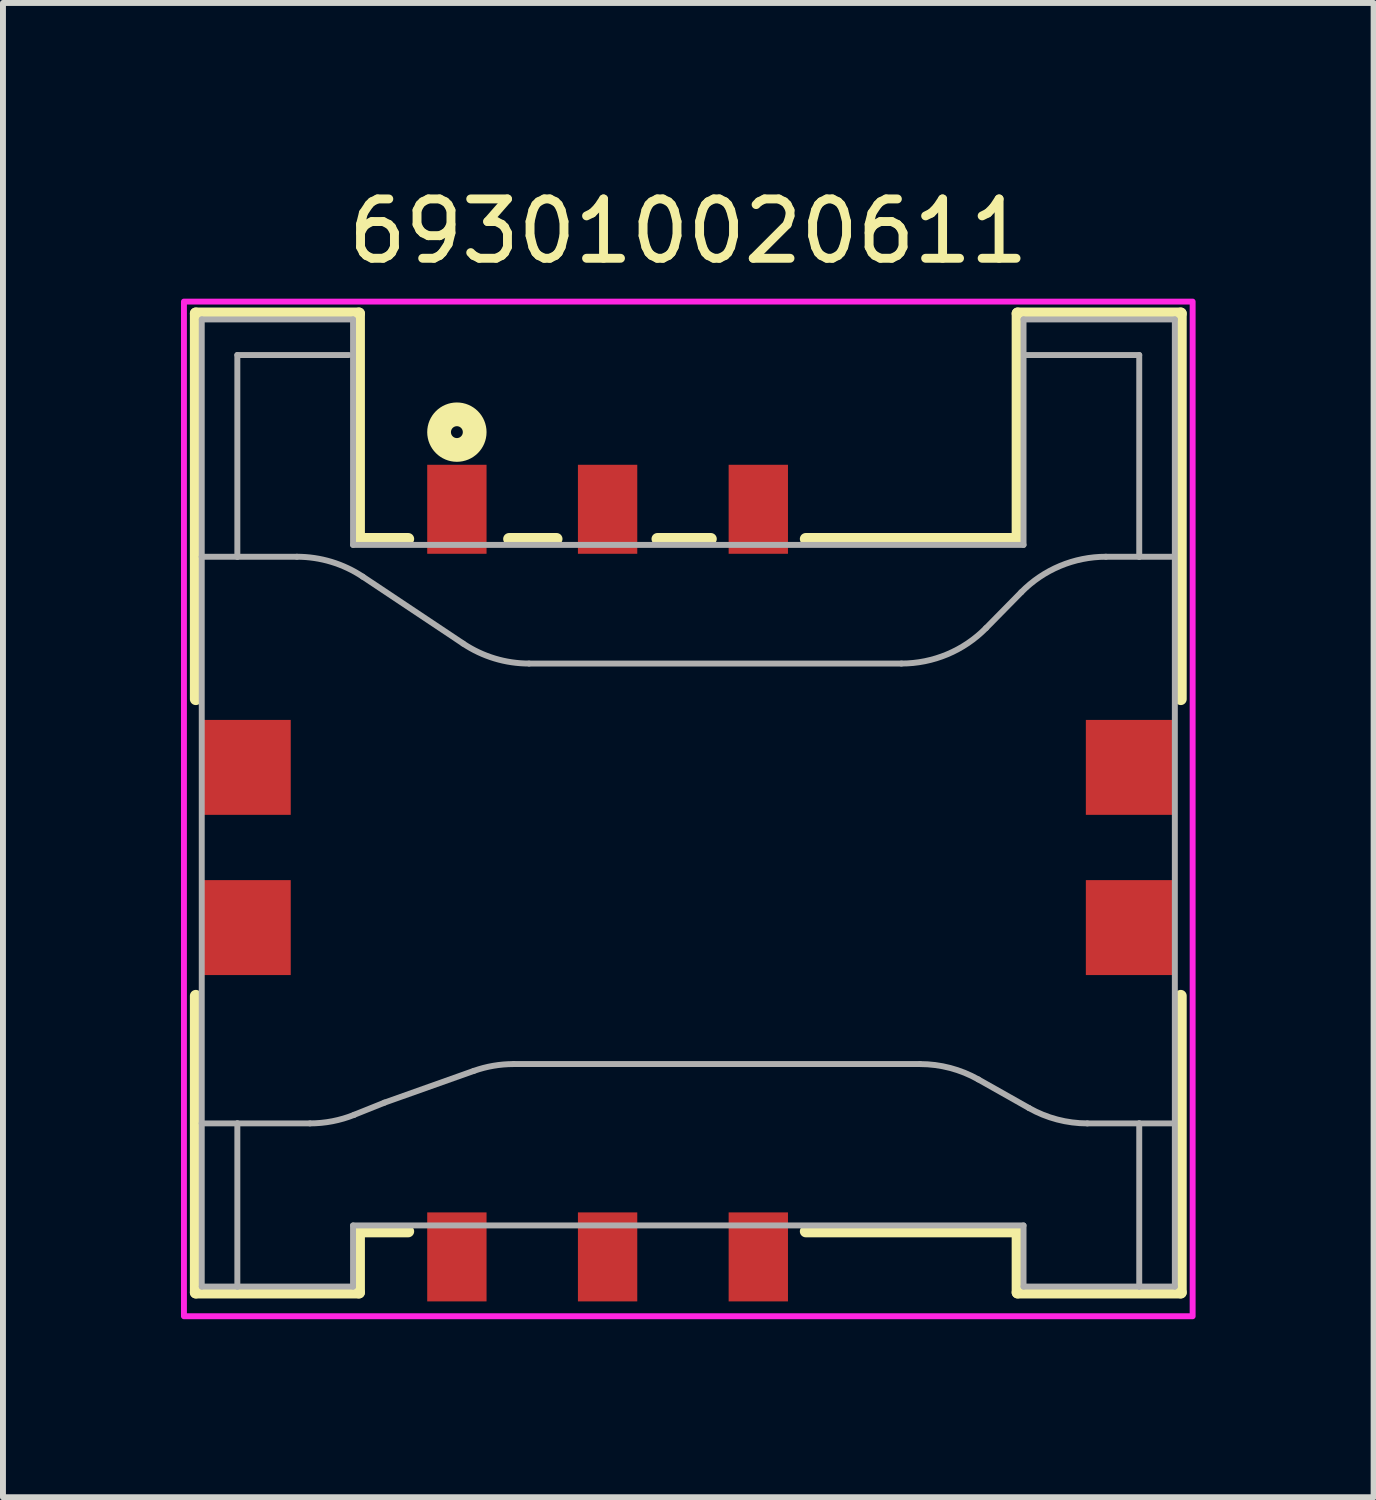
<source format=kicad_pcb>
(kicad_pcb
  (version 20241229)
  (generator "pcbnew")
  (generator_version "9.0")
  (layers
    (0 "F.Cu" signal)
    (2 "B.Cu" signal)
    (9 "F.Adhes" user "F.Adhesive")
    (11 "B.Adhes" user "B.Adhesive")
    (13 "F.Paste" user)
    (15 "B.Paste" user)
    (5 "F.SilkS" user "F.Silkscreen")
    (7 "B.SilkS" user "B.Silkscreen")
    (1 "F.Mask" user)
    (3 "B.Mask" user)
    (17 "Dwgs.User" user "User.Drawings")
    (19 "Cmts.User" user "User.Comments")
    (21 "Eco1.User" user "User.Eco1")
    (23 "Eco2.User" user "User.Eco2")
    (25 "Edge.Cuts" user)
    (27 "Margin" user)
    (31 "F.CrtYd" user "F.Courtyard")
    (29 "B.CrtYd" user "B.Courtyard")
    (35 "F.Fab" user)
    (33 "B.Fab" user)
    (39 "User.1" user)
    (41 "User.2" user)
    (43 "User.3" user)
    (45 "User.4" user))
  (footprint "693010020611"
    (layer "F.Cu")
    (at 8.55 10.483)
    (property "Reference" "693010020611" (at 0 -9.635 0) (layer "F.SilkS") (effects (font (size 1 1) (thickness 0.15))))
    (attr smd)
    (fp_line (start -8.3 -8.25) (end -8.3 -1.75) (stroke (width 0.2) (type solid)) (layer "F.SilkS"))
    (fp_line (start -8.3 3.25) (end -8.3 8.25) (stroke (width 0.2) (type solid)) (layer "F.SilkS"))
    (fp_line (start -8.3 8.25) (end -5.55 8.25) (stroke (width 0.2) (type solid)) (layer "F.SilkS"))
    (fp_line (start -5.55 -8.25) (end -8.3 -8.25) (stroke (width 0.2) (type solid)) (layer "F.SilkS"))
    (fp_line (start -5.55 -4.45) (end -5.55 -8.25) (stroke (width 0.2) (type solid)) (layer "F.SilkS"))
    (fp_line (start -5.55 7.22) (end -4.72 7.22) (stroke (width 0.2) (type solid)) (layer "F.SilkS"))
    (fp_line (start -5.55 8.25) (end -5.55 7.22) (stroke (width 0.2) (type solid)) (layer "F.SilkS"))
    (fp_line (start -4.72 -4.45) (end -5.55 -4.45) (stroke (width 0.2) (type solid)) (layer "F.SilkS"))
    (fp_line (start -3.02 -4.45) (end -2.22 -4.45) (stroke (width 0.2) (type solid)) (layer "F.SilkS"))
    (fp_line (start -0.52 -4.45) (end 0.38 -4.45) (stroke (width 0.2) (type solid)) (layer "F.SilkS"))
    (fp_line (start 1.98 -4.45) (end 5.55 -4.45) (stroke (width 0.2) (type solid)) (layer "F.SilkS"))
    (fp_line (start 1.98 7.22) (end 5.55 7.22) (stroke (width 0.2) (type solid)) (layer "F.SilkS"))
    (fp_line (start 5.55 -8.25) (end 8.3 -8.25) (stroke (width 0.2) (type solid)) (layer "F.SilkS"))
    (fp_line (start 5.55 -4.45) (end 5.55 -8.25) (stroke (width 0.2) (type solid)) (layer "F.SilkS"))
    (fp_line (start 5.55 7.22) (end 5.55 8.25) (stroke (width 0.2) (type solid)) (layer "F.SilkS"))
    (fp_line (start 5.55 8.25) (end 8.3 8.25) (stroke (width 0.2) (type solid)) (layer "F.SilkS"))
    (fp_line (start 8.3 -8.25) (end 8.3 -1.75) (stroke (width 0.2) (type solid)) (layer "F.SilkS"))
    (fp_line (start 8.3 8.25) (end 8.3 3.25) (stroke (width 0.2) (type solid)) (layer "F.SilkS"))
    (fp_circle (center -3.9 -6.25) (end -3.8 -6.25) (stroke (width 0.4) (type solid)) (fill no) (layer "F.SilkS"))
    (fp_poly (pts (xy 8.5 8.65) (xy -8.5 8.65) (xy -8.5 -8.45) (xy 8.5 -8.45)) (stroke (width 0.1) (type solid)) (fill no) (layer "F.CrtYd"))
    (fp_line (start -8.2 -8.15) (end -8.2 -4.15) (stroke (width 0.1) (type solid)) (layer "F.Fab"))
    (fp_line (start -8.2 -8.15) (end -5.65 -8.15) (stroke (width 0.1) (type solid)) (layer "F.Fab"))
    (fp_line (start -8.2 -4.15) (end -8.2 5.4) (stroke (width 0.1) (type solid)) (layer "F.Fab"))
    (fp_line (start -8.2 -4.15) (end -7.6 -4.15) (stroke (width 0.1) (type solid)) (layer "F.Fab"))
    (fp_line (start -8.2 5.4) (end -8.2 8.15) (stroke (width 0.1) (type solid)) (layer "F.Fab"))
    (fp_line (start -8.2 5.4) (end -7.6 5.4) (stroke (width 0.1) (type solid)) (layer "F.Fab"))
    (fp_line (start -8.2 8.15) (end -7.6 8.15) (stroke (width 0.1) (type solid)) (layer "F.Fab"))
    (fp_line (start -7.6 -7.55) (end -7.6 -4.15) (stroke (width 0.1) (type solid)) (layer "F.Fab"))
    (fp_line (start -7.6 -4.15) (end -6.596 -4.15) (stroke (width 0.1) (type solid)) (layer "F.Fab"))
    (fp_line (start -7.6 5.4) (end -7.6 8.15) (stroke (width 0.1) (type solid)) (layer "F.Fab"))
    (fp_line (start -7.6 5.4) (end -6.377 5.4) (stroke (width 0.1) (type solid)) (layer "F.Fab"))
    (fp_line (start -7.6 8.15) (end -5.65 8.15) (stroke (width 0.1) (type solid)) (layer "F.Fab"))
    (fp_line (start -5.72 -7.55) (end -7.6 -7.55) (stroke (width 0.1) (type solid)) (layer "F.Fab"))
    (fp_line (start -5.65 -8.15) (end -5.65 -4.35) (stroke (width 0.1) (type solid)) (layer "F.Fab"))
    (fp_line (start -5.65 -4.35) (end 5.65 -4.35) (stroke (width 0.1) (type solid)) (layer "F.Fab"))
    (fp_line (start -5.65 7.12) (end -5.65 8.15) (stroke (width 0.1) (type solid)) (layer "F.Fab"))
    (fp_line (start -5.631 5.255) (end -5.12 5.05) (stroke (width 0.1) (type solid)) (layer "F.Fab"))
    (fp_line (start -5.486 -3.814) (end -3.794 -2.686) (stroke (width 0.1) (type solid)) (layer "F.Fab"))
    (fp_line (start -5.12 5.05) (end -3.615 4.515) (stroke (width 0.1) (type solid)) (layer "F.Fab"))
    (fp_line (start -2.945 4.4) (end 3.904 4.4) (stroke (width 0.1) (type solid)) (layer "F.Fab"))
    (fp_line (start -2.684 -2.35) (end 3.592 -2.35) (stroke (width 0.1) (type solid)) (layer "F.Fab"))
    (fp_line (start 4.888 4.659) (end 5.742 5.141) (stroke (width 0.1) (type solid)) (layer "F.Fab"))
    (fp_line (start 5.018 -2.948) (end 5.612 -3.552) (stroke (width 0.1) (type solid)) (layer "F.Fab"))
    (fp_line (start 5.65 -4.35) (end 5.65 -8.15) (stroke (width 0.1) (type solid)) (layer "F.Fab"))
    (fp_line (start 5.65 7.12) (end -5.65 7.12) (stroke (width 0.1) (type solid)) (layer "F.Fab"))
    (fp_line (start 5.65 8.15) (end 5.65 7.12) (stroke (width 0.1) (type solid)) (layer "F.Fab"))
    (fp_line (start 5.68 -7.55) (end 7.6 -7.55) (stroke (width 0.1) (type solid)) (layer "F.Fab"))
    (fp_line (start 6.726 5.4) (end 7.6 5.4) (stroke (width 0.1) (type solid)) (layer "F.Fab"))
    (fp_line (start 7.038 -4.15) (end 7.6 -4.15) (stroke (width 0.1) (type solid)) (layer "F.Fab"))
    (fp_line (start 7.6 -7.55) (end 7.6 -4.15) (stroke (width 0.1) (type solid)) (layer "F.Fab"))
    (fp_line (start 7.6 -4.15) (end 8.18 -4.15) (stroke (width 0.1) (type solid)) (layer "F.Fab"))
    (fp_line (start 7.6 5.4) (end 7.6 8.15) (stroke (width 0.1) (type solid)) (layer "F.Fab"))
    (fp_line (start 7.6 5.4) (end 8.18 5.4) (stroke (width 0.1) (type solid)) (layer "F.Fab"))
    (fp_line (start 7.6 8.15) (end 5.65 8.15) (stroke (width 0.1) (type solid)) (layer "F.Fab"))
    (fp_line (start 8.2 -8.15) (end 5.65 -8.15) (stroke (width 0.1) (type solid)) (layer "F.Fab"))
    (fp_line (start 8.2 8.15) (end 7.6 8.15) (stroke (width 0.1) (type solid)) (layer "F.Fab"))
    (fp_line (start 8.2 8.15) (end 8.2 -8.15) (stroke (width 0.1) (type solid)) (layer "F.Fab"))
    (fp_arc (start -6.59555 -4.15) (mid -6.015982 -4.064184) (end -5.48615 -3.8141) (stroke (width 0.1) (type solid)) (layer "F.Fab"))
    (fp_arc (start -5.63076 5.25548) (mid -5.997059 5.363538) (end -6.37722 5.4) (stroke (width 0.1) (type solid)) (layer "F.Fab"))
    (fp_arc (start -3.61477 4.51535) (mid -3.284998 4.429047) (end -2.94536 4.4) (stroke (width 0.1) (type solid)) (layer "F.Fab"))
    (fp_arc (start -2.68445 -2.35) (mid -3.264018 -2.435816) (end -3.79385 -2.6859) (stroke (width 0.1) (type solid)) (layer "F.Fab"))
    (fp_arc (start 3.90409 4.4) (mid 4.412707 4.465753) (end 4.88788 4.65869) (stroke (width 0.1) (type solid)) (layer "F.Fab"))
    (fp_arc (start 5.01776 -2.94772) (mid 4.364835 -2.505472) (end 3.59171 -2.35) (stroke (width 0.1) (type solid)) (layer "F.Fab"))
    (fp_arc (start 5.61224 -3.55228) (mid 6.265165 -3.994527) (end 7.03829 -4.15) (stroke (width 0.1) (type solid)) (layer "F.Fab"))
    (fp_arc (start 6.72591 5.4) (mid 6.217293 5.334247) (end 5.74212 5.14131) (stroke (width 0.1) (type solid)) (layer "F.Fab"))
    (pad "1" smd rect (at -3.9 -4.95) (size 1 1.5) (layers "F.Cu" "F.Mask" "F.Paste"))
    (pad "2" smd rect (at -1.36 -4.95) (size 1 1.5) (layers "F.Cu" "F.Mask" "F.Paste"))
    (pad "3" smd rect (at 1.18 -4.95) (size 1 1.5) (layers "F.Cu" "F.Mask" "F.Paste"))
    (pad "5" smd rect (at -3.9 7.65) (size 1 1.5) (layers "F.Cu" "F.Mask" "F.Paste"))
    (pad "6" smd rect (at -1.36 7.65) (size 1 1.5) (layers "F.Cu" "F.Mask" "F.Paste"))
    (pad "7" smd rect (at 1.18 7.65) (size 1 1.5) (layers "F.Cu" "F.Mask" "F.Paste"))
    (pad "S1" smd rect (at 7.45 2.1) (size 1.5 1.6) (layers "F.Cu" "F.Mask" "F.Paste"))
    (pad "S2" smd rect (at 7.45 -0.6) (size 1.5 1.6) (layers "F.Cu" "F.Mask" "F.Paste"))
    (pad "S3" smd rect (at -7.45 2.1) (size 1.5 1.6) (layers "F.Cu" "F.Mask" "F.Paste"))
    (pad "S4" smd rect (at -7.45 -0.6) (size 1.5 1.6) (layers "F.Cu" "F.Mask" "F.Paste"))
    (zone (net_name "") (layers "F.Cu" "B.Cu") (hatch full 0.508) (connect_pads) (min_thickness 0.01) (filled_areas_thickness no) (keepout (tracks allowed) (vias not_allowed) (pads allowed) (copperpour allowed) (footprints allowed)) (placement (enabled no)) (fill) (polygon (pts (xy 4.15 6.833) (xy 5.15 6.833) (xy 5.15 8.033) (xy 4.15 8.033))))
    (zone (net_name "") (layers "F.Cu" "B.Cu") (hatch full 0.508) (connect_pads) (min_thickness 0.01) (filled_areas_thickness no) (keepout (tracks allowed) (vias not_allowed) (pads allowed) (copperpour allowed) (footprints allowed)) (placement (enabled no)) (fill) (polygon (pts (xy 4.15 15.633) (xy 5.15 15.633) (xy 5.15 16.833) (xy 4.15 16.833))))
    (zone (net_name "") (layers "F.Cu" "B.Cu") (hatch full 0.508) (connect_pads) (min_thickness 0.01) (filled_areas_thickness no) (keepout (tracks allowed) (vias not_allowed) (pads allowed) (copperpour allowed) (footprints allowed)) (placement (enabled no)) (fill) (polygon (pts (xy 4.15 15.633) (xy 5.15 15.633) (xy 5.15 16.833) (xy 4.15 16.833))))
    (zone (net_name "") (layers "F.Cu" "B.Cu") (hatch full 0.508) (connect_pads) (min_thickness 0.01) (filled_areas_thickness no) (keepout (tracks allowed) (vias not_allowed) (pads allowed) (copperpour allowed) (footprints allowed)) (placement (enabled no)) (fill) (polygon (pts (xy 4.15 15.633) (xy 5.15 15.633) (xy 5.15 16.833) (xy 4.15 16.833))))
    (zone (net_name "") (layers "F.Cu" "B.Cu") (hatch full 0.508) (connect_pads) (min_thickness 0.01) (filled_areas_thickness no) (keepout (tracks allowed) (vias not_allowed) (pads allowed) (copperpour allowed) (footprints allowed)) (placement (enabled no)) (fill) (polygon (pts (xy 6.69 6.833) (xy 7.69 6.833) (xy 7.69 8.033) (xy 6.69 8.033))))
    (zone (net_name "") (layers "F.Cu" "B.Cu") (hatch full 0.508) (connect_pads) (min_thickness 0.01) (filled_areas_thickness no) (keepout (tracks allowed) (vias not_allowed) (pads allowed) (copperpour allowed) (footprints allowed)) (placement (enabled no)) (fill) (polygon (pts (xy 6.69 15.633) (xy 7.69 15.633) (xy 7.69 16.833) (xy 6.69 16.833))))
    (zone (net_name "") (layers "F.Cu" "B.Cu") (hatch full 0.508) (connect_pads) (min_thickness 0.01) (filled_areas_thickness no) (keepout (tracks allowed) (vias not_allowed) (pads allowed) (copperpour allowed) (footprints allowed)) (placement (enabled no)) (fill) (polygon (pts (xy 6.69 15.633) (xy 7.69 15.633) (xy 7.69 16.833) (xy 6.69 16.833))))
    (zone (net_name "") (layers "F.Cu" "B.Cu") (hatch full 0.508) (connect_pads) (min_thickness 0.01) (filled_areas_thickness no) (keepout (tracks allowed) (vias not_allowed) (pads allowed) (copperpour allowed) (footprints allowed)) (placement (enabled no)) (fill) (polygon (pts (xy 9.23 6.833) (xy 10.23 6.833) (xy 10.23 8.033) (xy 9.23 8.033))))
    (zone (net_name "") (layers "F.Cu" "B.Cu") (hatch full 0.508) (connect_pads) (min_thickness 0.01) (filled_areas_thickness no) (keepout (tracks allowed) (vias not_allowed) (pads allowed) (copperpour allowed) (footprints allowed)) (placement (enabled no)) (fill) (polygon (pts (xy 9.23 15.633) (xy 10.23 15.633) (xy 10.23 16.833) (xy 9.23 16.833)))))
  (gr_rect
    (start -3 -3)
    (end 20.1 22.183)
    (stroke (width 0.1) (type default))
    (fill no)
    (layer "Edge.Cuts")))
</source>
